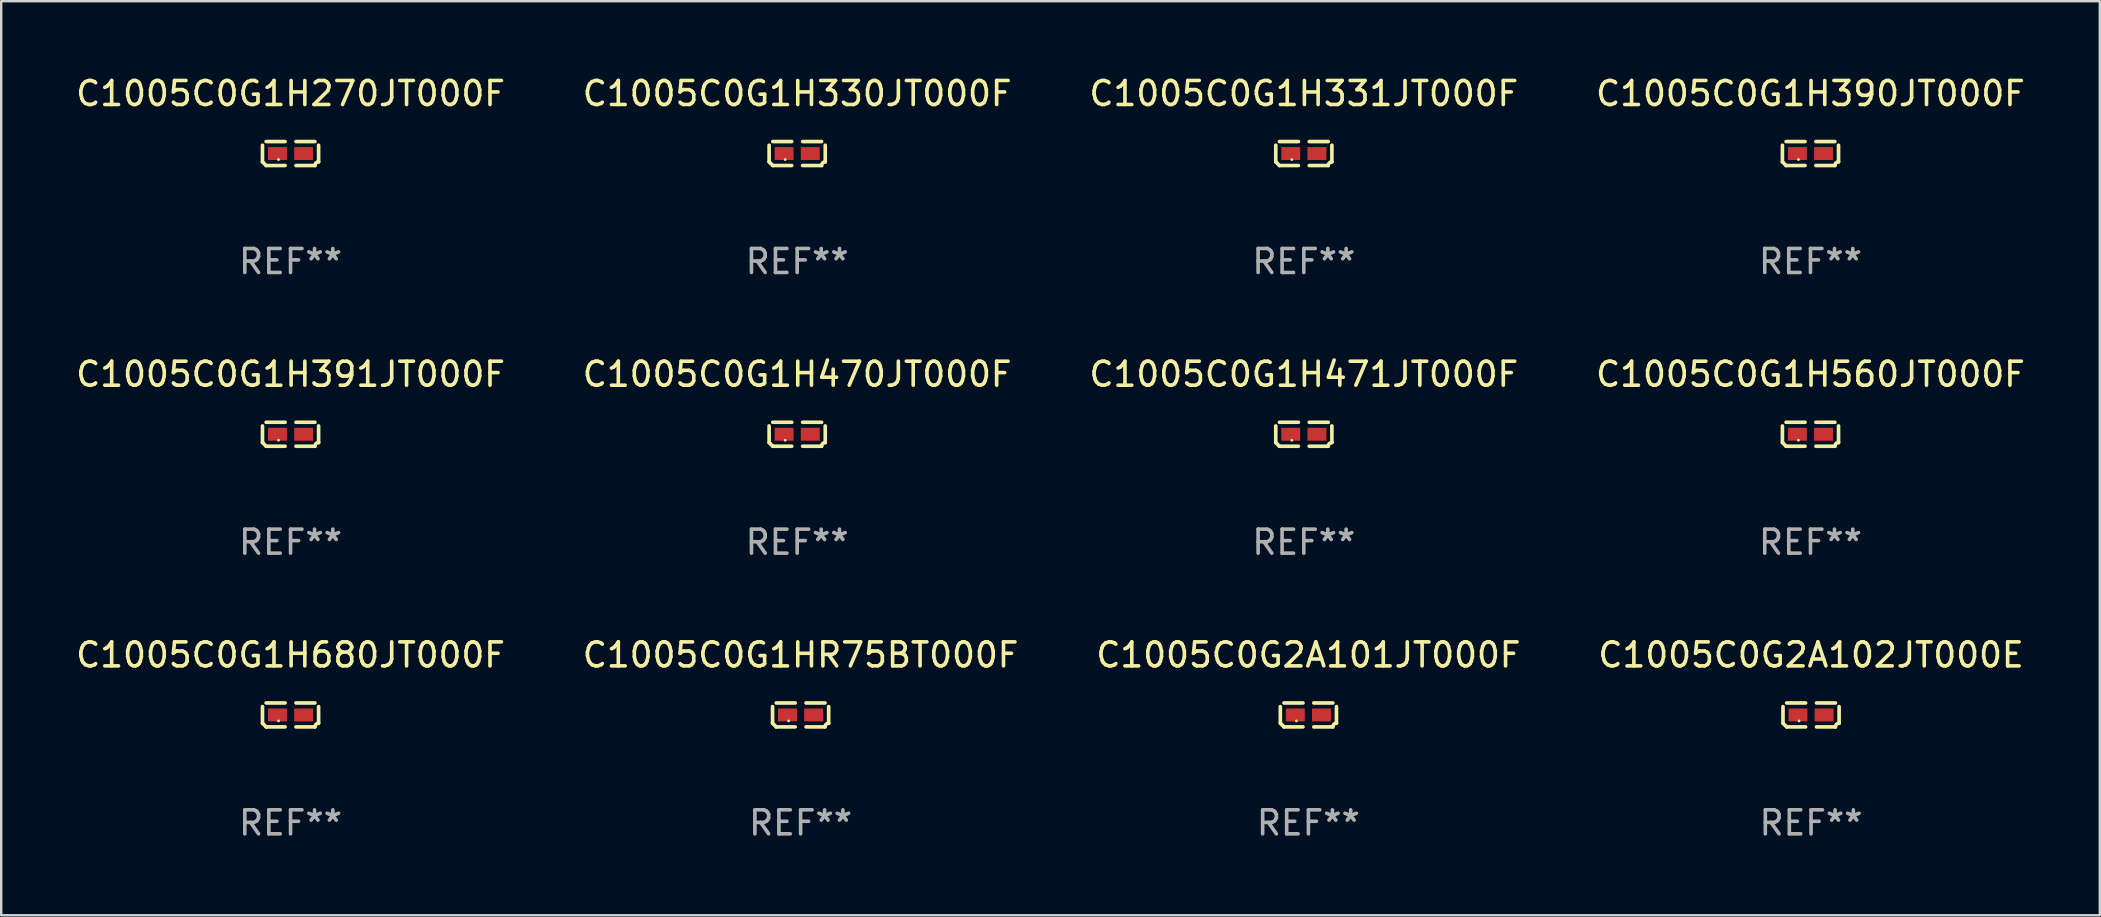
<source format=kicad_pcb>
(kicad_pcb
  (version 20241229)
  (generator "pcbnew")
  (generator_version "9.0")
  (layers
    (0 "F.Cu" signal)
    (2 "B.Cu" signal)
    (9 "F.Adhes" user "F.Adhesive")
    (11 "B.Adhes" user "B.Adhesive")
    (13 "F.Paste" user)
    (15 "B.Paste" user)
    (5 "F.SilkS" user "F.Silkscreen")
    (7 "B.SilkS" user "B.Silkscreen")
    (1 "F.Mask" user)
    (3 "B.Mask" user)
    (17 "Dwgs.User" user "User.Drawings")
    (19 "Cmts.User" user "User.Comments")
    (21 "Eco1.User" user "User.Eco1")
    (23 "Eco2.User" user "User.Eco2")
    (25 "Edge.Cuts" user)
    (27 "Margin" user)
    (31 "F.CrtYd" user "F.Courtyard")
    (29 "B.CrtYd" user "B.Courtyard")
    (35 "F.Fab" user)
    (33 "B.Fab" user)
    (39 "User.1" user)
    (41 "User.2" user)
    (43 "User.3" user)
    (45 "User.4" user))
  (footprint "C1005C0G2A101JT000F"
    (layer "F.Cu")
    (at 51.458 26.734)
    (property "Reference" "C1005C0G2A101JT000F" (at 0 -2.499 0) (layer "F.SilkS") (effects (font (size 1 1) (thickness 0.15))))
    (attr through_hole)
    (fp_line (start -1.169 0.346) (end -1.169 -0.346) (stroke (width 0.152) (type solid)) (layer "F.SilkS"))
    (fp_line (start -1.016 -0.499) (end -0.226 -0.499) (stroke (width 0.152) (type solid)) (layer "F.SilkS"))
    (fp_line (start -0.226 0.499) (end -1.016 0.499) (stroke (width 0.152) (type solid)) (layer "F.SilkS"))
    (fp_line (start 0.226 0.499) (end 1.016 0.499) (stroke (width 0.152) (type solid)) (layer "F.SilkS"))
    (fp_line (start 1.016 -0.499) (end 0.226 -0.499) (stroke (width 0.152) (type solid)) (layer "F.SilkS"))
    (fp_line (start 1.169 0.346) (end 1.169 -0.346) (stroke (width 0.152) (type solid)) (layer "F.SilkS"))
    (fp_arc (start -1.016307 0.498603) (mid -1.092512 0.422405) (end -1.16871 0.3462) (stroke (width 0.1524) (type solid)) (layer "F.SilkS"))
    (fp_arc (start 1.016307 0.498603) (mid 1.060899 0.390758) (end 1.168707 0.346076) (stroke (width 0.1524) (type solid)) (layer "F.SilkS"))
    (fp_circle (center -0.5 0.25) (end -0.47 0.25) (stroke (width 0.06) (type solid)) (fill no) (layer "F.SilkS"))
    (fp_text user "REF**" (at 0 4.499 0) (layer "F.Fab") (effects (font (size 1 1) (thickness 0.15))))
    (pad "1" smd rect (at -0.545 0) (size 0.79 0.54) (layers "F.Cu" "F.Mask" "F.Paste"))
    (pad "2" smd rect (at 0.545 0) (size 0.79 0.54) (layers "F.Cu" "F.Mask" "F.Paste")))
  (footprint "C1005C0G1HR75BT000F"
    (layer "F.Cu")
    (at 30.304 26.734)
    (property "Reference" "C1005C0G1HR75BT000F" (at 0 -2.499 0) (layer "F.SilkS") (effects (font (size 1 1) (thickness 0.15))))
    (attr through_hole)
    (fp_line (start -1.169 0.346) (end -1.169 -0.346) (stroke (width 0.152) (type solid)) (layer "F.SilkS"))
    (fp_line (start -1.016 -0.499) (end -0.226 -0.499) (stroke (width 0.152) (type solid)) (layer "F.SilkS"))
    (fp_line (start -0.226 0.499) (end -1.016 0.499) (stroke (width 0.152) (type solid)) (layer "F.SilkS"))
    (fp_line (start 0.226 0.499) (end 1.016 0.499) (stroke (width 0.152) (type solid)) (layer "F.SilkS"))
    (fp_line (start 1.016 -0.499) (end 0.226 -0.499) (stroke (width 0.152) (type solid)) (layer "F.SilkS"))
    (fp_line (start 1.169 0.346) (end 1.169 -0.346) (stroke (width 0.152) (type solid)) (layer "F.SilkS"))
    (fp_arc (start -1.016307 0.498603) (mid -1.092512 0.422405) (end -1.16871 0.3462) (stroke (width 0.1524) (type solid)) (layer "F.SilkS"))
    (fp_arc (start 1.016307 0.498603) (mid 1.060899 0.390758) (end 1.168707 0.346076) (stroke (width 0.1524) (type solid)) (layer "F.SilkS"))
    (fp_circle (center -0.5 0.25) (end -0.47 0.25) (stroke (width 0.06) (type solid)) (fill no) (layer "F.SilkS"))
    (fp_text user "REF**" (at 0 4.499 0) (layer "F.Fab") (effects (font (size 1 1) (thickness 0.15))))
    (pad "1" smd rect (at -0.545 0) (size 0.79 0.54) (layers "F.Cu" "F.Mask" "F.Paste"))
    (pad "2" smd rect (at 0.545 0) (size 0.79 0.54) (layers "F.Cu" "F.Mask" "F.Paste")))
  (footprint "C1005C0G1H391JT000F"
    (layer "F.Cu")
    (at 9.054 15.041)
    (property "Reference" "C1005C0G1H391JT000F" (at 0 -2.499 0) (layer "F.SilkS") (effects (font (size 1 1) (thickness 0.15))))
    (attr through_hole)
    (fp_line (start -1.169 0.346) (end -1.169 -0.346) (stroke (width 0.152) (type solid)) (layer "F.SilkS"))
    (fp_line (start -1.016 -0.499) (end -0.226 -0.499) (stroke (width 0.152) (type solid)) (layer "F.SilkS"))
    (fp_line (start -0.226 0.499) (end -1.016 0.499) (stroke (width 0.152) (type solid)) (layer "F.SilkS"))
    (fp_line (start 0.226 0.499) (end 1.016 0.499) (stroke (width 0.152) (type solid)) (layer "F.SilkS"))
    (fp_line (start 1.016 -0.499) (end 0.226 -0.499) (stroke (width 0.152) (type solid)) (layer "F.SilkS"))
    (fp_line (start 1.169 0.346) (end 1.169 -0.346) (stroke (width 0.152) (type solid)) (layer "F.SilkS"))
    (fp_arc (start -1.016307 0.498603) (mid -1.092512 0.422405) (end -1.16871 0.3462) (stroke (width 0.1524) (type solid)) (layer "F.SilkS"))
    (fp_arc (start 1.016307 0.498603) (mid 1.060899 0.390758) (end 1.168707 0.346076) (stroke (width 0.1524) (type solid)) (layer "F.SilkS"))
    (fp_circle (center -0.5 0.25) (end -0.47 0.25) (stroke (width 0.06) (type solid)) (fill no) (layer "F.SilkS"))
    (fp_text user "REF**" (at 0 4.499 0) (layer "F.Fab") (effects (font (size 1 1) (thickness 0.15))))
    (pad "1" smd rect (at -0.545 0) (size 0.79 0.54) (layers "F.Cu" "F.Mask" "F.Paste"))
    (pad "2" smd rect (at 0.545 0) (size 0.79 0.54) (layers "F.Cu" "F.Mask" "F.Paste")))
  (footprint "C1005C0G1H680JT000F"
    (layer "F.Cu")
    (at 9.054 26.734)
    (property "Reference" "C1005C0G1H680JT000F" (at 0 -2.499 0) (layer "F.SilkS") (effects (font (size 1 1) (thickness 0.15))))
    (attr through_hole)
    (fp_line (start -1.169 0.346) (end -1.169 -0.346) (stroke (width 0.152) (type solid)) (layer "F.SilkS"))
    (fp_line (start -1.016 -0.499) (end -0.226 -0.499) (stroke (width 0.152) (type solid)) (layer "F.SilkS"))
    (fp_line (start -0.226 0.499) (end -1.016 0.499) (stroke (width 0.152) (type solid)) (layer "F.SilkS"))
    (fp_line (start 0.226 0.499) (end 1.016 0.499) (stroke (width 0.152) (type solid)) (layer "F.SilkS"))
    (fp_line (start 1.016 -0.499) (end 0.226 -0.499) (stroke (width 0.152) (type solid)) (layer "F.SilkS"))
    (fp_line (start 1.169 0.346) (end 1.169 -0.346) (stroke (width 0.152) (type solid)) (layer "F.SilkS"))
    (fp_arc (start -1.016307 0.498603) (mid -1.092512 0.422405) (end -1.16871 0.3462) (stroke (width 0.1524) (type solid)) (layer "F.SilkS"))
    (fp_arc (start 1.016307 0.498603) (mid 1.060899 0.390758) (end 1.168707 0.346076) (stroke (width 0.1524) (type solid)) (layer "F.SilkS"))
    (fp_circle (center -0.5 0.25) (end -0.47 0.25) (stroke (width 0.06) (type solid)) (fill no) (layer "F.SilkS"))
    (fp_text user "REF**" (at 0 4.499 0) (layer "F.Fab") (effects (font (size 1 1) (thickness 0.15))))
    (pad "1" smd rect (at -0.545 0) (size 0.79 0.54) (layers "F.Cu" "F.Mask" "F.Paste"))
    (pad "2" smd rect (at 0.545 0) (size 0.79 0.54) (layers "F.Cu" "F.Mask" "F.Paste")))
  (footprint "C1005C0G1H560JT000F"
    (layer "F.Cu")
    (at 72.375 15.041)
    (property "Reference" "C1005C0G1H560JT000F" (at 0 -2.499 0) (layer "F.SilkS") (effects (font (size 1 1) (thickness 0.15))))
    (attr through_hole)
    (fp_line (start -1.169 0.346) (end -1.169 -0.346) (stroke (width 0.152) (type solid)) (layer "F.SilkS"))
    (fp_line (start -1.016 -0.499) (end -0.226 -0.499) (stroke (width 0.152) (type solid)) (layer "F.SilkS"))
    (fp_line (start -0.226 0.499) (end -1.016 0.499) (stroke (width 0.152) (type solid)) (layer "F.SilkS"))
    (fp_line (start 0.226 0.499) (end 1.016 0.499) (stroke (width 0.152) (type solid)) (layer "F.SilkS"))
    (fp_line (start 1.016 -0.499) (end 0.226 -0.499) (stroke (width 0.152) (type solid)) (layer "F.SilkS"))
    (fp_line (start 1.169 0.346) (end 1.169 -0.346) (stroke (width 0.152) (type solid)) (layer "F.SilkS"))
    (fp_arc (start -1.016307 0.498603) (mid -1.092512 0.422405) (end -1.16871 0.3462) (stroke (width 0.1524) (type solid)) (layer "F.SilkS"))
    (fp_arc (start 1.016307 0.498603) (mid 1.060899 0.390758) (end 1.168707 0.346076) (stroke (width 0.1524) (type solid)) (layer "F.SilkS"))
    (fp_circle (center -0.5 0.25) (end -0.47 0.25) (stroke (width 0.06) (type solid)) (fill no) (layer "F.SilkS"))
    (fp_text user "REF**" (at 0 4.499 0) (layer "F.Fab") (effects (font (size 1 1) (thickness 0.15))))
    (pad "1" smd rect (at -0.545 0) (size 0.79 0.54) (layers "F.Cu" "F.Mask" "F.Paste"))
    (pad "2" smd rect (at 0.545 0) (size 0.79 0.54) (layers "F.Cu" "F.Mask" "F.Paste")))
  (footprint "C1005C0G1H270JT000F"
    (layer "F.Cu")
    (at 9.054 3.347)
    (property "Reference" "C1005C0G1H270JT000F" (at 0 -2.499 0) (layer "F.SilkS") (effects (font (size 1 1) (thickness 0.15))))
    (attr through_hole)
    (fp_line (start -1.169 0.346) (end -1.169 -0.346) (stroke (width 0.152) (type solid)) (layer "F.SilkS"))
    (fp_line (start -1.016 -0.499) (end -0.226 -0.499) (stroke (width 0.152) (type solid)) (layer "F.SilkS"))
    (fp_line (start -0.226 0.499) (end -1.016 0.499) (stroke (width 0.152) (type solid)) (layer "F.SilkS"))
    (fp_line (start 0.226 0.499) (end 1.016 0.499) (stroke (width 0.152) (type solid)) (layer "F.SilkS"))
    (fp_line (start 1.016 -0.499) (end 0.226 -0.499) (stroke (width 0.152) (type solid)) (layer "F.SilkS"))
    (fp_line (start 1.169 0.346) (end 1.169 -0.346) (stroke (width 0.152) (type solid)) (layer "F.SilkS"))
    (fp_arc (start -1.016307 0.498603) (mid -1.092512 0.422405) (end -1.16871 0.3462) (stroke (width 0.1524) (type solid)) (layer "F.SilkS"))
    (fp_arc (start 1.016307 0.498603) (mid 1.060899 0.390758) (end 1.168707 0.346076) (stroke (width 0.1524) (type solid)) (layer "F.SilkS"))
    (fp_circle (center -0.5 0.25) (end -0.47 0.25) (stroke (width 0.06) (type solid)) (fill no) (layer "F.SilkS"))
    (fp_text user "REF**" (at 0 4.499 0) (layer "F.Fab") (effects (font (size 1 1) (thickness 0.15))))
    (pad "1" smd rect (at -0.545 0) (size 0.79 0.54) (layers "F.Cu" "F.Mask" "F.Paste"))
    (pad "2" smd rect (at 0.545 0) (size 0.79 0.54) (layers "F.Cu" "F.Mask" "F.Paste")))
  (footprint "C1005C0G2A102JT000E"
    (layer "F.Cu")
    (at 72.399 26.734)
    (property "Reference" "C1005C0G2A102JT000E" (at 0 -2.499 0) (layer "F.SilkS") (effects (font (size 1 1) (thickness 0.15))))
    (attr through_hole)
    (fp_line (start -1.169 0.346) (end -1.169 -0.346) (stroke (width 0.152) (type solid)) (layer "F.SilkS"))
    (fp_line (start -1.016 -0.499) (end -0.226 -0.499) (stroke (width 0.152) (type solid)) (layer "F.SilkS"))
    (fp_line (start -0.226 0.499) (end -1.016 0.499) (stroke (width 0.152) (type solid)) (layer "F.SilkS"))
    (fp_line (start 0.226 0.499) (end 1.016 0.499) (stroke (width 0.152) (type solid)) (layer "F.SilkS"))
    (fp_line (start 1.016 -0.499) (end 0.226 -0.499) (stroke (width 0.152) (type solid)) (layer "F.SilkS"))
    (fp_line (start 1.169 0.346) (end 1.169 -0.346) (stroke (width 0.152) (type solid)) (layer "F.SilkS"))
    (fp_arc (start -1.016307 0.498603) (mid -1.092512 0.422405) (end -1.16871 0.3462) (stroke (width 0.1524) (type solid)) (layer "F.SilkS"))
    (fp_arc (start 1.016307 0.498603) (mid 1.060899 0.390758) (end 1.168707 0.346076) (stroke (width 0.1524) (type solid)) (layer "F.SilkS"))
    (fp_circle (center -0.5 0.25) (end -0.47 0.25) (stroke (width 0.06) (type solid)) (fill no) (layer "F.SilkS"))
    (fp_text user "REF**" (at 0 4.499 0) (layer "F.Fab") (effects (font (size 1 1) (thickness 0.15))))
    (pad "1" smd rect (at -0.545 0) (size 0.79 0.54) (layers "F.Cu" "F.Mask" "F.Paste"))
    (pad "2" smd rect (at 0.545 0) (size 0.79 0.54) (layers "F.Cu" "F.Mask" "F.Paste")))
  (footprint "C1005C0G1H470JT000F"
    (layer "F.Cu")
    (at 30.161 15.041)
    (property "Reference" "C1005C0G1H470JT000F" (at 0 -2.499 0) (layer "F.SilkS") (effects (font (size 1 1) (thickness 0.15))))
    (attr through_hole)
    (fp_line (start -1.169 0.346) (end -1.169 -0.346) (stroke (width 0.152) (type solid)) (layer "F.SilkS"))
    (fp_line (start -1.016 -0.499) (end -0.226 -0.499) (stroke (width 0.152) (type solid)) (layer "F.SilkS"))
    (fp_line (start -0.226 0.499) (end -1.016 0.499) (stroke (width 0.152) (type solid)) (layer "F.SilkS"))
    (fp_line (start 0.226 0.499) (end 1.016 0.499) (stroke (width 0.152) (type solid)) (layer "F.SilkS"))
    (fp_line (start 1.016 -0.499) (end 0.226 -0.499) (stroke (width 0.152) (type solid)) (layer "F.SilkS"))
    (fp_line (start 1.169 0.346) (end 1.169 -0.346) (stroke (width 0.152) (type solid)) (layer "F.SilkS"))
    (fp_arc (start -1.016307 0.498603) (mid -1.092512 0.422405) (end -1.16871 0.3462) (stroke (width 0.1524) (type solid)) (layer "F.SilkS"))
    (fp_arc (start 1.016307 0.498603) (mid 1.060899 0.390758) (end 1.168707 0.346076) (stroke (width 0.1524) (type solid)) (layer "F.SilkS"))
    (fp_circle (center -0.5 0.25) (end -0.47 0.25) (stroke (width 0.06) (type solid)) (fill no) (layer "F.SilkS"))
    (fp_text user "REF**" (at 0 4.499 0) (layer "F.Fab") (effects (font (size 1 1) (thickness 0.15))))
    (pad "1" smd rect (at -0.545 0) (size 0.79 0.54) (layers "F.Cu" "F.Mask" "F.Paste"))
    (pad "2" smd rect (at 0.545 0) (size 0.79 0.54) (layers "F.Cu" "F.Mask" "F.Paste")))
  (footprint "C1005C0G1H471JT000F"
    (layer "F.Cu")
    (at 51.268 15.041)
    (property "Reference" "C1005C0G1H471JT000F" (at 0 -2.499 0) (layer "F.SilkS") (effects (font (size 1 1) (thickness 0.15))))
    (attr through_hole)
    (fp_line (start -1.169 0.346) (end -1.169 -0.346) (stroke (width 0.152) (type solid)) (layer "F.SilkS"))
    (fp_line (start -1.016 -0.499) (end -0.226 -0.499) (stroke (width 0.152) (type solid)) (layer "F.SilkS"))
    (fp_line (start -0.226 0.499) (end -1.016 0.499) (stroke (width 0.152) (type solid)) (layer "F.SilkS"))
    (fp_line (start 0.226 0.499) (end 1.016 0.499) (stroke (width 0.152) (type solid)) (layer "F.SilkS"))
    (fp_line (start 1.016 -0.499) (end 0.226 -0.499) (stroke (width 0.152) (type solid)) (layer "F.SilkS"))
    (fp_line (start 1.169 0.346) (end 1.169 -0.346) (stroke (width 0.152) (type solid)) (layer "F.SilkS"))
    (fp_arc (start -1.016307 0.498603) (mid -1.092512 0.422405) (end -1.16871 0.3462) (stroke (width 0.1524) (type solid)) (layer "F.SilkS"))
    (fp_arc (start 1.016307 0.498603) (mid 1.060899 0.390758) (end 1.168707 0.346076) (stroke (width 0.1524) (type solid)) (layer "F.SilkS"))
    (fp_circle (center -0.5 0.25) (end -0.47 0.25) (stroke (width 0.06) (type solid)) (fill no) (layer "F.SilkS"))
    (fp_text user "REF**" (at 0 4.499 0) (layer "F.Fab") (effects (font (size 1 1) (thickness 0.15))))
    (pad "1" smd rect (at -0.545 0) (size 0.79 0.54) (layers "F.Cu" "F.Mask" "F.Paste"))
    (pad "2" smd rect (at 0.545 0) (size 0.79 0.54) (layers "F.Cu" "F.Mask" "F.Paste")))
  (footprint "C1005C0G1H390JT000F"
    (layer "F.Cu")
    (at 72.375 3.347)
    (property "Reference" "C1005C0G1H390JT000F" (at 0 -2.499 0) (layer "F.SilkS") (effects (font (size 1 1) (thickness 0.15))))
    (attr through_hole)
    (fp_line (start -1.169 0.346) (end -1.169 -0.346) (stroke (width 0.152) (type solid)) (layer "F.SilkS"))
    (fp_line (start -1.016 -0.499) (end -0.226 -0.499) (stroke (width 0.152) (type solid)) (layer "F.SilkS"))
    (fp_line (start -0.226 0.499) (end -1.016 0.499) (stroke (width 0.152) (type solid)) (layer "F.SilkS"))
    (fp_line (start 0.226 0.499) (end 1.016 0.499) (stroke (width 0.152) (type solid)) (layer "F.SilkS"))
    (fp_line (start 1.016 -0.499) (end 0.226 -0.499) (stroke (width 0.152) (type solid)) (layer "F.SilkS"))
    (fp_line (start 1.169 0.346) (end 1.169 -0.346) (stroke (width 0.152) (type solid)) (layer "F.SilkS"))
    (fp_arc (start -1.016307 0.498603) (mid -1.092512 0.422405) (end -1.16871 0.3462) (stroke (width 0.1524) (type solid)) (layer "F.SilkS"))
    (fp_arc (start 1.016307 0.498603) (mid 1.060899 0.390758) (end 1.168707 0.346076) (stroke (width 0.1524) (type solid)) (layer "F.SilkS"))
    (fp_circle (center -0.5 0.25) (end -0.47 0.25) (stroke (width 0.06) (type solid)) (fill no) (layer "F.SilkS"))
    (fp_text user "REF**" (at 0 4.499 0) (layer "F.Fab") (effects (font (size 1 1) (thickness 0.15))))
    (pad "1" smd rect (at -0.545 0) (size 0.79 0.54) (layers "F.Cu" "F.Mask" "F.Paste"))
    (pad "2" smd rect (at 0.545 0) (size 0.79 0.54) (layers "F.Cu" "F.Mask" "F.Paste")))
  (footprint "C1005C0G1H331JT000F"
    (layer "F.Cu")
    (at 51.268 3.347)
    (property "Reference" "C1005C0G1H331JT000F" (at 0 -2.499 0) (layer "F.SilkS") (effects (font (size 1 1) (thickness 0.15))))
    (attr through_hole)
    (fp_line (start -1.169 0.346) (end -1.169 -0.346) (stroke (width 0.152) (type solid)) (layer "F.SilkS"))
    (fp_line (start -1.016 -0.499) (end -0.226 -0.499) (stroke (width 0.152) (type solid)) (layer "F.SilkS"))
    (fp_line (start -0.226 0.499) (end -1.016 0.499) (stroke (width 0.152) (type solid)) (layer "F.SilkS"))
    (fp_line (start 0.226 0.499) (end 1.016 0.499) (stroke (width 0.152) (type solid)) (layer "F.SilkS"))
    (fp_line (start 1.016 -0.499) (end 0.226 -0.499) (stroke (width 0.152) (type solid)) (layer "F.SilkS"))
    (fp_line (start 1.169 0.346) (end 1.169 -0.346) (stroke (width 0.152) (type solid)) (layer "F.SilkS"))
    (fp_arc (start -1.016307 0.498603) (mid -1.092512 0.422405) (end -1.16871 0.3462) (stroke (width 0.1524) (type solid)) (layer "F.SilkS"))
    (fp_arc (start 1.016307 0.498603) (mid 1.060899 0.390758) (end 1.168707 0.346076) (stroke (width 0.1524) (type solid)) (layer "F.SilkS"))
    (fp_circle (center -0.5 0.25) (end -0.47 0.25) (stroke (width 0.06) (type solid)) (fill no) (layer "F.SilkS"))
    (fp_text user "REF**" (at 0 4.499 0) (layer "F.Fab") (effects (font (size 1 1) (thickness 0.15))))
    (pad "1" smd rect (at -0.545 0) (size 0.79 0.54) (layers "F.Cu" "F.Mask" "F.Paste"))
    (pad "2" smd rect (at 0.545 0) (size 0.79 0.54) (layers "F.Cu" "F.Mask" "F.Paste")))
  (footprint "C1005C0G1H330JT000F"
    (layer "F.Cu")
    (at 30.161 3.347)
    (property "Reference" "C1005C0G1H330JT000F" (at 0 -2.499 0) (layer "F.SilkS") (effects (font (size 1 1) (thickness 0.15))))
    (attr through_hole)
    (fp_line (start -1.169 0.346) (end -1.169 -0.346) (stroke (width 0.152) (type solid)) (layer "F.SilkS"))
    (fp_line (start -1.016 -0.499) (end -0.226 -0.499) (stroke (width 0.152) (type solid)) (layer "F.SilkS"))
    (fp_line (start -0.226 0.499) (end -1.016 0.499) (stroke (width 0.152) (type solid)) (layer "F.SilkS"))
    (fp_line (start 0.226 0.499) (end 1.016 0.499) (stroke (width 0.152) (type solid)) (layer "F.SilkS"))
    (fp_line (start 1.016 -0.499) (end 0.226 -0.499) (stroke (width 0.152) (type solid)) (layer "F.SilkS"))
    (fp_line (start 1.169 0.346) (end 1.169 -0.346) (stroke (width 0.152) (type solid)) (layer "F.SilkS"))
    (fp_arc (start -1.016307 0.498603) (mid -1.092512 0.422405) (end -1.16871 0.3462) (stroke (width 0.1524) (type solid)) (layer "F.SilkS"))
    (fp_arc (start 1.016307 0.498603) (mid 1.060899 0.390758) (end 1.168707 0.346076) (stroke (width 0.1524) (type solid)) (layer "F.SilkS"))
    (fp_circle (center -0.5 0.25) (end -0.47 0.25) (stroke (width 0.06) (type solid)) (fill no) (layer "F.SilkS"))
    (fp_text user "REF**" (at 0 4.499 0) (layer "F.Fab") (effects (font (size 1 1) (thickness 0.15))))
    (pad "1" smd rect (at -0.545 0) (size 0.79 0.54) (layers "F.Cu" "F.Mask" "F.Paste"))
    (pad "2" smd rect (at 0.545 0) (size 0.79 0.54) (layers "F.Cu" "F.Mask" "F.Paste")))
  (gr_rect
    (start -3 -3)
    (end 84.429 35.081)
    (stroke (width 0.1) (type default))
    (fill no)
    (layer "Edge.Cuts")))
</source>
